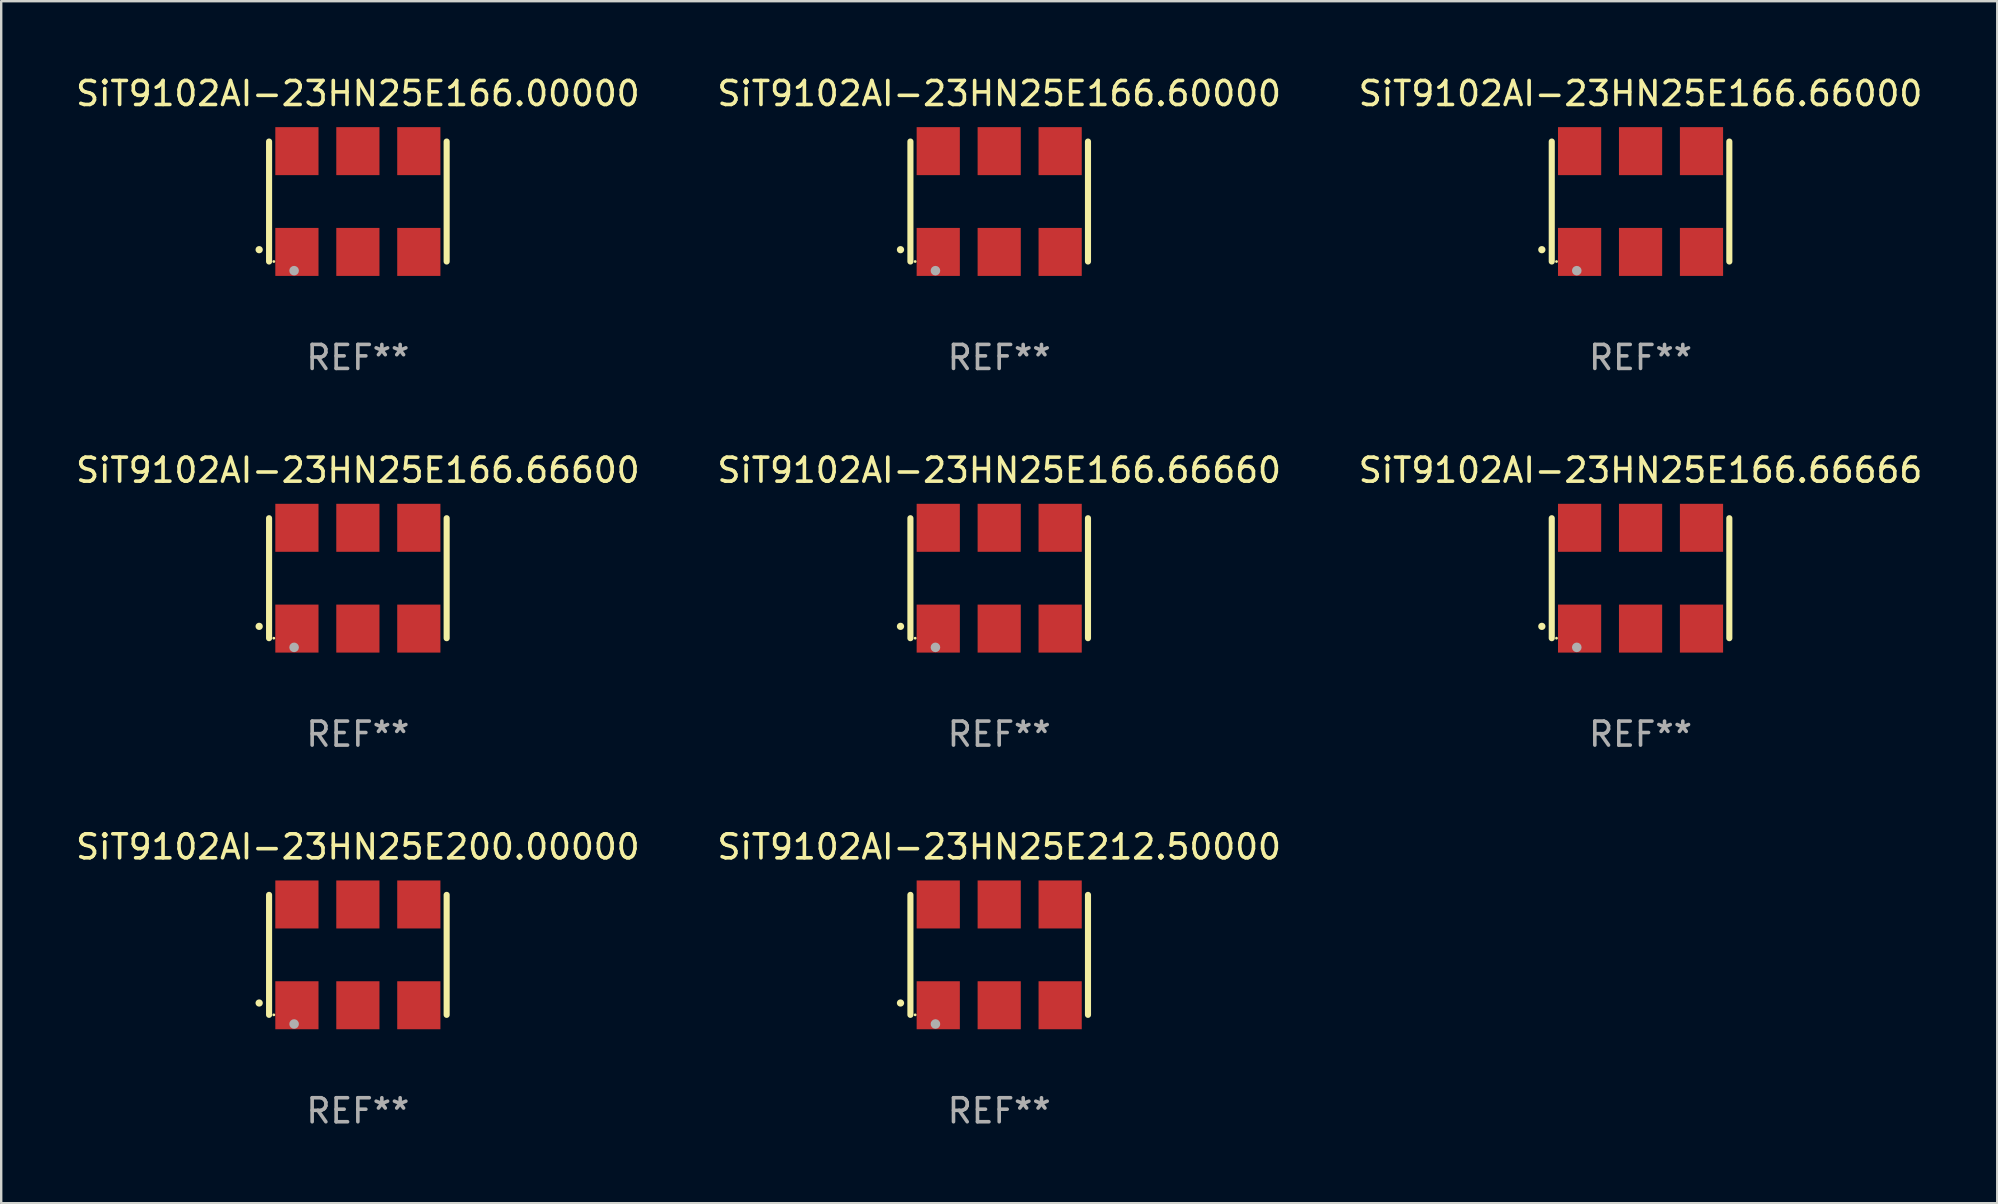
<source format=kicad_pcb>
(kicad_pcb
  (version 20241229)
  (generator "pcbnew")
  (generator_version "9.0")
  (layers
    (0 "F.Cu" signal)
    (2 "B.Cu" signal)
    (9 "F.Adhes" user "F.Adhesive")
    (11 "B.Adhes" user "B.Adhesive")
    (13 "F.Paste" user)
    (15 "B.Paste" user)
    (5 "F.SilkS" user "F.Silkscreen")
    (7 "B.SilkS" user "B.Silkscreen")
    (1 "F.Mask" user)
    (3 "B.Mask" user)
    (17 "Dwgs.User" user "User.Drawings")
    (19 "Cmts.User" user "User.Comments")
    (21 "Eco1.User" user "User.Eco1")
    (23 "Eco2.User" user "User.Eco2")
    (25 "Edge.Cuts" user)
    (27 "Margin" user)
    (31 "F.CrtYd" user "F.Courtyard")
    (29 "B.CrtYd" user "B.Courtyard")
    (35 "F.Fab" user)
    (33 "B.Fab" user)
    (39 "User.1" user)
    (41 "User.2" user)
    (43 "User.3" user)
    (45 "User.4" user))
  (footprint "SiT9102AI-23HN25E200.00000"
    (layer "F.Cu")
    (at 11.863 36.741)
    (property "Reference" "SiT9102AI-23HN25E200.00000" (at 0 -4.5 0) (layer "F.SilkS") (effects (font (size 1 1) (thickness 0.15))))
    (attr through_hole)
    (fp_line (start -3.7 -2.5) (end -3.7 2.5) (stroke (width 0.254) (type solid)) (layer "F.SilkS"))
    (fp_line (start 3.7 -2.5) (end 3.7 2.5) (stroke (width 0.254) (type solid)) (layer "F.SilkS"))
    (fp_arc (start -4.114415 2.006604) (mid -4.113145 2.006599) (end -4.111875 2.006604) (stroke (width 0.3) (type solid)) (layer "F.SilkS"))
    (fp_circle (center -3.502 2.5) (end -3.472 2.5) (stroke (width 0.06) (type solid)) (fill no) (layer "F.SilkS"))
    (fp_circle (center -2.657 2.882) (end -2.557 2.882) (stroke (width 0.2) (type solid)) (fill no) (layer "F.Fab"))
    (fp_text user "REF**" (at 0 6.5 0) (layer "F.Fab") (effects (font (size 1 1) (thickness 0.15))))
    (pad "1" smd rect (at -2.54 2.1) (size 1.8 2) (layers "F.Cu" "F.Mask" "F.Paste"))
    (pad "2" smd rect (at 0.000394 2.1) (size 1.8 2) (layers "F.Cu" "F.Mask" "F.Paste"))
    (pad "3" smd rect (at 2.54 2.1) (size 1.8 2) (layers "F.Cu" "F.Mask" "F.Paste"))
    (pad "4" smd rect (at 2.54 -2.1) (size 1.8 2) (layers "F.Cu" "F.Mask" "F.Paste"))
    (pad "5" smd rect (at 0.000394 -2.1) (size 1.8 2) (layers "F.Cu" "F.Mask" "F.Paste"))
    (pad "6" smd rect (at -2.54 -2.1) (size 1.8 2) (layers "F.Cu" "F.Mask" "F.Paste")))
  (footprint "SiT9102AI-23HN25E166.66666"
    (layer "F.Cu")
    (at 65.315 21.045)
    (property "Reference" "SiT9102AI-23HN25E166.66666" (at 0 -4.5 0) (layer "F.SilkS") (effects (font (size 1 1) (thickness 0.15))))
    (attr through_hole)
    (fp_line (start -3.7 -2.5) (end -3.7 2.5) (stroke (width 0.254) (type solid)) (layer "F.SilkS"))
    (fp_line (start 3.7 -2.5) (end 3.7 2.5) (stroke (width 0.254) (type solid)) (layer "F.SilkS"))
    (fp_arc (start -4.114415 2.006604) (mid -4.113145 2.006599) (end -4.111875 2.006604) (stroke (width 0.3) (type solid)) (layer "F.SilkS"))
    (fp_circle (center -3.502 2.5) (end -3.472 2.5) (stroke (width 0.06) (type solid)) (fill no) (layer "F.SilkS"))
    (fp_circle (center -2.657 2.882) (end -2.557 2.882) (stroke (width 0.2) (type solid)) (fill no) (layer "F.Fab"))
    (fp_text user "REF**" (at 0 6.5 0) (layer "F.Fab") (effects (font (size 1 1) (thickness 0.15))))
    (pad "1" smd rect (at -2.54 2.1) (size 1.8 2) (layers "F.Cu" "F.Mask" "F.Paste"))
    (pad "2" smd rect (at 0.000394 2.1) (size 1.8 2) (layers "F.Cu" "F.Mask" "F.Paste"))
    (pad "3" smd rect (at 2.54 2.1) (size 1.8 2) (layers "F.Cu" "F.Mask" "F.Paste"))
    (pad "4" smd rect (at 2.54 -2.1) (size 1.8 2) (layers "F.Cu" "F.Mask" "F.Paste"))
    (pad "5" smd rect (at 0.000394 -2.1) (size 1.8 2) (layers "F.Cu" "F.Mask" "F.Paste"))
    (pad "6" smd rect (at -2.54 -2.1) (size 1.8 2) (layers "F.Cu" "F.Mask" "F.Paste")))
  (footprint "SiT9102AI-23HN25E166.66000"
    (layer "F.Cu")
    (at 65.315 5.348)
    (property "Reference" "SiT9102AI-23HN25E166.66000" (at 0 -4.5 0) (layer "F.SilkS") (effects (font (size 1 1) (thickness 0.15))))
    (attr through_hole)
    (fp_line (start -3.7 -2.5) (end -3.7 2.5) (stroke (width 0.254) (type solid)) (layer "F.SilkS"))
    (fp_line (start 3.7 -2.5) (end 3.7 2.5) (stroke (width 0.254) (type solid)) (layer "F.SilkS"))
    (fp_arc (start -4.114415 2.006604) (mid -4.113145 2.006599) (end -4.111875 2.006604) (stroke (width 0.3) (type solid)) (layer "F.SilkS"))
    (fp_circle (center -3.502 2.5) (end -3.472 2.5) (stroke (width 0.06) (type solid)) (fill no) (layer "F.SilkS"))
    (fp_circle (center -2.657 2.882) (end -2.557 2.882) (stroke (width 0.2) (type solid)) (fill no) (layer "F.Fab"))
    (fp_text user "REF**" (at 0 6.5 0) (layer "F.Fab") (effects (font (size 1 1) (thickness 0.15))))
    (pad "1" smd rect (at -2.54 2.1) (size 1.8 2) (layers "F.Cu" "F.Mask" "F.Paste"))
    (pad "2" smd rect (at 0.000394 2.1) (size 1.8 2) (layers "F.Cu" "F.Mask" "F.Paste"))
    (pad "3" smd rect (at 2.54 2.1) (size 1.8 2) (layers "F.Cu" "F.Mask" "F.Paste"))
    (pad "4" smd rect (at 2.54 -2.1) (size 1.8 2) (layers "F.Cu" "F.Mask" "F.Paste"))
    (pad "5" smd rect (at 0.000394 -2.1) (size 1.8 2) (layers "F.Cu" "F.Mask" "F.Paste"))
    (pad "6" smd rect (at -2.54 -2.1) (size 1.8 2) (layers "F.Cu" "F.Mask" "F.Paste")))
  (footprint "SiT9102AI-23HN25E166.66660"
    (layer "F.Cu")
    (at 38.589 21.045)
    (property "Reference" "SiT9102AI-23HN25E166.66660" (at 0 -4.5 0) (layer "F.SilkS") (effects (font (size 1 1) (thickness 0.15))))
    (attr through_hole)
    (fp_line (start -3.7 -2.5) (end -3.7 2.5) (stroke (width 0.254) (type solid)) (layer "F.SilkS"))
    (fp_line (start 3.7 -2.5) (end 3.7 2.5) (stroke (width 0.254) (type solid)) (layer "F.SilkS"))
    (fp_arc (start -4.114415 2.006604) (mid -4.113145 2.006599) (end -4.111875 2.006604) (stroke (width 0.3) (type solid)) (layer "F.SilkS"))
    (fp_circle (center -3.502 2.5) (end -3.472 2.5) (stroke (width 0.06) (type solid)) (fill no) (layer "F.SilkS"))
    (fp_circle (center -2.657 2.882) (end -2.557 2.882) (stroke (width 0.2) (type solid)) (fill no) (layer "F.Fab"))
    (fp_text user "REF**" (at 0 6.5 0) (layer "F.Fab") (effects (font (size 1 1) (thickness 0.15))))
    (pad "1" smd rect (at -2.54 2.1) (size 1.8 2) (layers "F.Cu" "F.Mask" "F.Paste"))
    (pad "2" smd rect (at 0.000394 2.1) (size 1.8 2) (layers "F.Cu" "F.Mask" "F.Paste"))
    (pad "3" smd rect (at 2.54 2.1) (size 1.8 2) (layers "F.Cu" "F.Mask" "F.Paste"))
    (pad "4" smd rect (at 2.54 -2.1) (size 1.8 2) (layers "F.Cu" "F.Mask" "F.Paste"))
    (pad "5" smd rect (at 0.000394 -2.1) (size 1.8 2) (layers "F.Cu" "F.Mask" "F.Paste"))
    (pad "6" smd rect (at -2.54 -2.1) (size 1.8 2) (layers "F.Cu" "F.Mask" "F.Paste")))
  (footprint "SiT9102AI-23HN25E166.66600"
    (layer "F.Cu")
    (at 11.863 21.045)
    (property "Reference" "SiT9102AI-23HN25E166.66600" (at 0 -4.5 0) (layer "F.SilkS") (effects (font (size 1 1) (thickness 0.15))))
    (attr through_hole)
    (fp_line (start -3.7 -2.5) (end -3.7 2.5) (stroke (width 0.254) (type solid)) (layer "F.SilkS"))
    (fp_line (start 3.7 -2.5) (end 3.7 2.5) (stroke (width 0.254) (type solid)) (layer "F.SilkS"))
    (fp_arc (start -4.114415 2.006604) (mid -4.113145 2.006599) (end -4.111875 2.006604) (stroke (width 0.3) (type solid)) (layer "F.SilkS"))
    (fp_circle (center -3.502 2.5) (end -3.472 2.5) (stroke (width 0.06) (type solid)) (fill no) (layer "F.SilkS"))
    (fp_circle (center -2.657 2.882) (end -2.557 2.882) (stroke (width 0.2) (type solid)) (fill no) (layer "F.Fab"))
    (fp_text user "REF**" (at 0 6.5 0) (layer "F.Fab") (effects (font (size 1 1) (thickness 0.15))))
    (pad "1" smd rect (at -2.54 2.1) (size 1.8 2) (layers "F.Cu" "F.Mask" "F.Paste"))
    (pad "2" smd rect (at 0.000394 2.1) (size 1.8 2) (layers "F.Cu" "F.Mask" "F.Paste"))
    (pad "3" smd rect (at 2.54 2.1) (size 1.8 2) (layers "F.Cu" "F.Mask" "F.Paste"))
    (pad "4" smd rect (at 2.54 -2.1) (size 1.8 2) (layers "F.Cu" "F.Mask" "F.Paste"))
    (pad "5" smd rect (at 0.000394 -2.1) (size 1.8 2) (layers "F.Cu" "F.Mask" "F.Paste"))
    (pad "6" smd rect (at -2.54 -2.1) (size 1.8 2) (layers "F.Cu" "F.Mask" "F.Paste")))
  (footprint "SiT9102AI-23HN25E212.50000"
    (layer "F.Cu")
    (at 38.589 36.741)
    (property "Reference" "SiT9102AI-23HN25E212.50000" (at 0 -4.5 0) (layer "F.SilkS") (effects (font (size 1 1) (thickness 0.15))))
    (attr through_hole)
    (fp_line (start -3.7 -2.5) (end -3.7 2.5) (stroke (width 0.254) (type solid)) (layer "F.SilkS"))
    (fp_line (start 3.7 -2.5) (end 3.7 2.5) (stroke (width 0.254) (type solid)) (layer "F.SilkS"))
    (fp_arc (start -4.114415 2.006604) (mid -4.113145 2.006599) (end -4.111875 2.006604) (stroke (width 0.3) (type solid)) (layer "F.SilkS"))
    (fp_circle (center -3.502 2.5) (end -3.472 2.5) (stroke (width 0.06) (type solid)) (fill no) (layer "F.SilkS"))
    (fp_circle (center -2.657 2.882) (end -2.557 2.882) (stroke (width 0.2) (type solid)) (fill no) (layer "F.Fab"))
    (fp_text user "REF**" (at 0 6.5 0) (layer "F.Fab") (effects (font (size 1 1) (thickness 0.15))))
    (pad "1" smd rect (at -2.54 2.1) (size 1.8 2) (layers "F.Cu" "F.Mask" "F.Paste"))
    (pad "2" smd rect (at 0.000394 2.1) (size 1.8 2) (layers "F.Cu" "F.Mask" "F.Paste"))
    (pad "3" smd rect (at 2.54 2.1) (size 1.8 2) (layers "F.Cu" "F.Mask" "F.Paste"))
    (pad "4" smd rect (at 2.54 -2.1) (size 1.8 2) (layers "F.Cu" "F.Mask" "F.Paste"))
    (pad "5" smd rect (at 0.000394 -2.1) (size 1.8 2) (layers "F.Cu" "F.Mask" "F.Paste"))
    (pad "6" smd rect (at -2.54 -2.1) (size 1.8 2) (layers "F.Cu" "F.Mask" "F.Paste")))
  (footprint "SiT9102AI-23HN25E166.60000"
    (layer "F.Cu")
    (at 38.589 5.348)
    (property "Reference" "SiT9102AI-23HN25E166.60000" (at 0 -4.5 0) (layer "F.SilkS") (effects (font (size 1 1) (thickness 0.15))))
    (attr through_hole)
    (fp_line (start -3.7 -2.5) (end -3.7 2.5) (stroke (width 0.254) (type solid)) (layer "F.SilkS"))
    (fp_line (start 3.7 -2.5) (end 3.7 2.5) (stroke (width 0.254) (type solid)) (layer "F.SilkS"))
    (fp_arc (start -4.114415 2.006604) (mid -4.113145 2.006599) (end -4.111875 2.006604) (stroke (width 0.3) (type solid)) (layer "F.SilkS"))
    (fp_circle (center -3.502 2.5) (end -3.472 2.5) (stroke (width 0.06) (type solid)) (fill no) (layer "F.SilkS"))
    (fp_circle (center -2.657 2.882) (end -2.557 2.882) (stroke (width 0.2) (type solid)) (fill no) (layer "F.Fab"))
    (fp_text user "REF**" (at 0 6.5 0) (layer "F.Fab") (effects (font (size 1 1) (thickness 0.15))))
    (pad "1" smd rect (at -2.54 2.1) (size 1.8 2) (layers "F.Cu" "F.Mask" "F.Paste"))
    (pad "2" smd rect (at 0.000394 2.1) (size 1.8 2) (layers "F.Cu" "F.Mask" "F.Paste"))
    (pad "3" smd rect (at 2.54 2.1) (size 1.8 2) (layers "F.Cu" "F.Mask" "F.Paste"))
    (pad "4" smd rect (at 2.54 -2.1) (size 1.8 2) (layers "F.Cu" "F.Mask" "F.Paste"))
    (pad "5" smd rect (at 0.000394 -2.1) (size 1.8 2) (layers "F.Cu" "F.Mask" "F.Paste"))
    (pad "6" smd rect (at -2.54 -2.1) (size 1.8 2) (layers "F.Cu" "F.Mask" "F.Paste")))
  (footprint "SiT9102AI-23HN25E166.00000"
    (layer "F.Cu")
    (at 11.863 5.348)
    (property "Reference" "SiT9102AI-23HN25E166.00000" (at 0 -4.5 0) (layer "F.SilkS") (effects (font (size 1 1) (thickness 0.15))))
    (attr through_hole)
    (fp_line (start -3.7 -2.5) (end -3.7 2.5) (stroke (width 0.254) (type solid)) (layer "F.SilkS"))
    (fp_line (start 3.7 -2.5) (end 3.7 2.5) (stroke (width 0.254) (type solid)) (layer "F.SilkS"))
    (fp_arc (start -4.114415 2.006604) (mid -4.113145 2.006599) (end -4.111875 2.006604) (stroke (width 0.3) (type solid)) (layer "F.SilkS"))
    (fp_circle (center -3.502 2.5) (end -3.472 2.5) (stroke (width 0.06) (type solid)) (fill no) (layer "F.SilkS"))
    (fp_circle (center -2.657 2.882) (end -2.557 2.882) (stroke (width 0.2) (type solid)) (fill no) (layer "F.Fab"))
    (fp_text user "REF**" (at 0 6.5 0) (layer "F.Fab") (effects (font (size 1 1) (thickness 0.15))))
    (pad "1" smd rect (at -2.54 2.1) (size 1.8 2) (layers "F.Cu" "F.Mask" "F.Paste"))
    (pad "2" smd rect (at 0.000394 2.1) (size 1.8 2) (layers "F.Cu" "F.Mask" "F.Paste"))
    (pad "3" smd rect (at 2.54 2.1) (size 1.8 2) (layers "F.Cu" "F.Mask" "F.Paste"))
    (pad "4" smd rect (at 2.54 -2.1) (size 1.8 2) (layers "F.Cu" "F.Mask" "F.Paste"))
    (pad "5" smd rect (at 0.000394 -2.1) (size 1.8 2) (layers "F.Cu" "F.Mask" "F.Paste"))
    (pad "6" smd rect (at -2.54 -2.1) (size 1.8 2) (layers "F.Cu" "F.Mask" "F.Paste")))
  (gr_rect
    (start -3 -3)
    (end 80.179 47.09)
    (stroke (width 0.1) (type default))
    (fill no)
    (layer "Edge.Cuts")))
</source>
